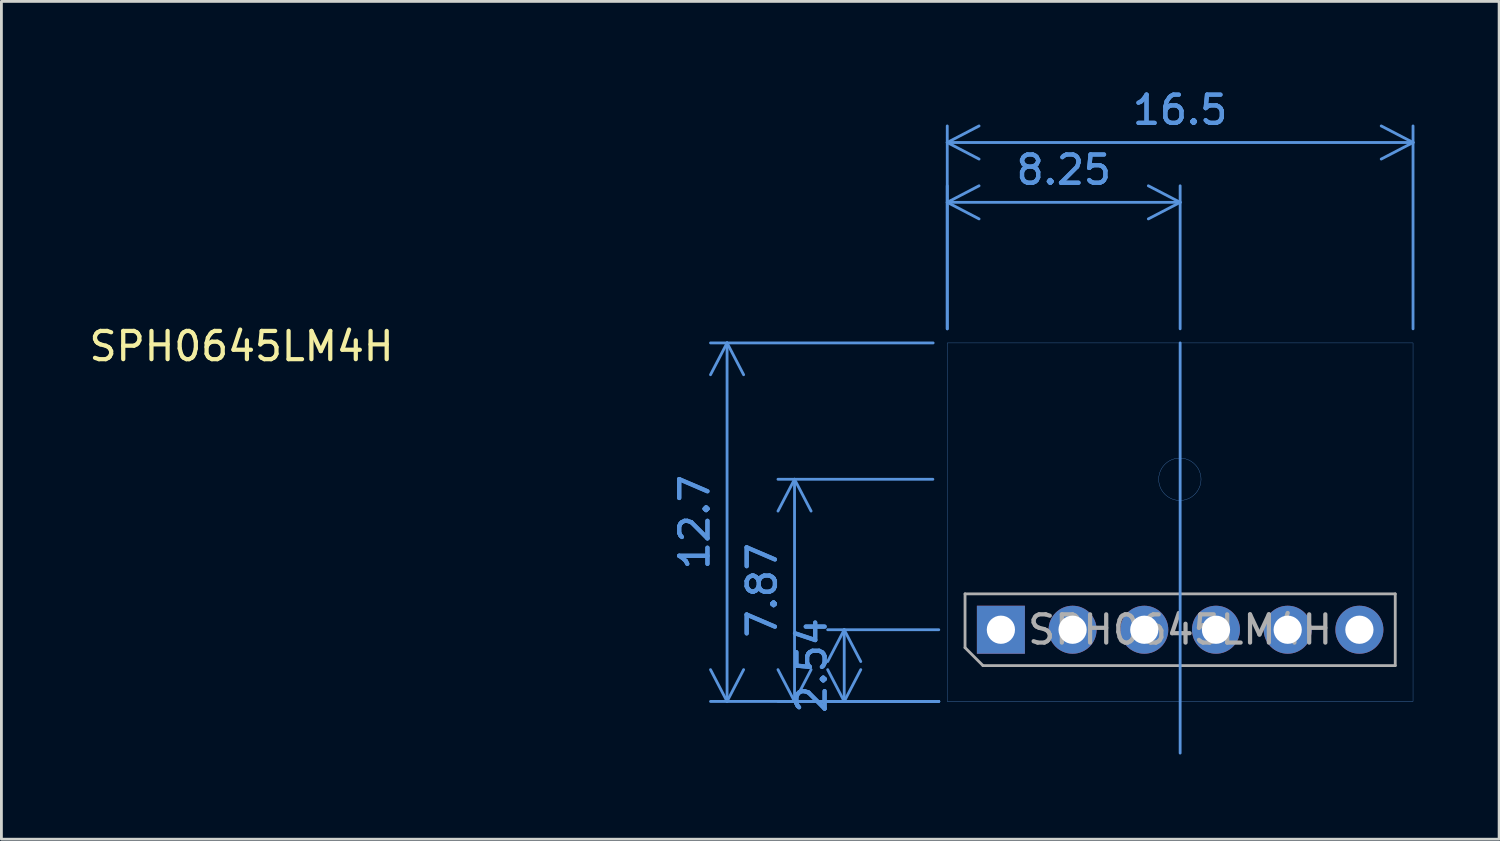
<source format=kicad_pcb>
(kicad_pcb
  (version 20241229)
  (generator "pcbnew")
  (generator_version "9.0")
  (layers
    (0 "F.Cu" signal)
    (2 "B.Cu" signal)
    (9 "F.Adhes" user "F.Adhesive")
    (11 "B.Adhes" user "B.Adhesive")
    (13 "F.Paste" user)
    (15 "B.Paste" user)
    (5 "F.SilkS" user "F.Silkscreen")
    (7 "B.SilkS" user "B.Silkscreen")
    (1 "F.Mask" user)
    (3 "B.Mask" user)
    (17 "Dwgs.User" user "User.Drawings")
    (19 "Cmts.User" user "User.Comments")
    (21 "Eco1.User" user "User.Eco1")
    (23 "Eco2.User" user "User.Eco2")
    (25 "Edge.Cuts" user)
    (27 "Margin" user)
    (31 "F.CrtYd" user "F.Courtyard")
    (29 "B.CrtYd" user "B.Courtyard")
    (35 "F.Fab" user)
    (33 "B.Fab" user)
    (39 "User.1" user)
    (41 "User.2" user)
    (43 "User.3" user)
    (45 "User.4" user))
  (footprint "SPH0645LM4H"
    (layer "F.Cu")
    (at 38.756 19.258)
    (property "Reference" "SPH0645LM4H" (at -33.25 -10.04 0) (layer "F.SilkS") (effects (font (size 1 1) (thickness 0.15))))
    (attr through_hole)
    (fp_line (start 0 -10.16) (end 0 4.37) (stroke (width 0.1) (type default)) (layer "Cmts.User"))
    (fp_rect (start -8.25 -10.16) (end 8.25 2.54) (stroke (width 0.01) (type solid)) (fill no) (layer "Cmts.User"))
    (fp_circle (center -0.01 -5.33) (end 0.74 -5.33) (stroke (width 0.01) (type solid)) (fill no) (layer "Cmts.User"))
    (fp_line (start -7.62 -1.27) (end 7.62 -1.27) (stroke (width 0.1) (type solid)) (layer "F.Fab"))
    (fp_line (start -7.62 0.635) (end -7.62 -1.27) (stroke (width 0.1) (type solid)) (layer "F.Fab"))
    (fp_line (start -6.985 1.27) (end -7.62 0.635) (stroke (width 0.1) (type solid)) (layer "F.Fab"))
    (fp_line (start 7.62 -1.27) (end 7.62 1.27) (stroke (width 0.1) (type solid)) (layer "F.Fab"))
    (fp_line (start 7.62 1.27) (end -6.985 1.27) (stroke (width 0.1) (type solid)) (layer "F.Fab"))
    (fp_text user "${REFERENCE}" (at 0 0 0) (layer "F.Fab") (effects (font (size 1 1) (thickness 0.15))))
    (dimension (type orthogonal) (layer "Cmts.User") (pts (xy 30.506 9.098) (xy 47.006 9.098)) (height -7.1) (orientation 0) (format (prefix "") (suffix "") (units 3) (units_format 0) (precision 4) (suppress_zeroes yes)) (style (thickness 0.1) (arrow_length 1.27) (text_position_mode 0) (arrow_direction outward) (extension_height 0.586) (extension_offset 0.5) (keep_text_aligned yes)) (gr_text "16.5" (at 38.756 0.848 0) (layer "Cmts.User") (effects (font (size 1 1) (thickness 0.15)))))
    (dimension (type orthogonal) (layer "Cmts.User") (pts (xy 30.506 9.098) (xy 30.706 21.798)) (height -7.8) (orientation 1) (format (prefix "") (suffix "") (units 3) (units_format 0) (precision 4) (suppress_zeroes yes)) (style (thickness 0.1) (arrow_length 1.27) (text_position_mode 0) (arrow_direction outward) (extension_height 0.586) (extension_offset 0.5) (keep_text_aligned yes)) (gr_text "12.7" (at 21.556 15.448 90) (layer "Cmts.User") (effects (font (size 1 1) (thickness 0.15)))))
    (dimension (type orthogonal) (layer "Cmts.User") (pts (xy 30.706 21.798) (xy 30.706 19.258)) (height -3.85) (orientation 1) (format (prefix "") (suffix "") (units 3) (units_format 0) (precision 4) (suppress_zeroes yes)) (style (thickness 0.1) (arrow_length 1.27) (text_position_mode 0) (arrow_direction outward) (extension_height 0.586) (extension_offset 0.5) (keep_text_aligned yes)) (gr_text "2.54" (at 25.706 20.528 90) (layer "Cmts.User") (effects (font (size 1 1) (thickness 0.15)))))
    (dimension (type orthogonal) (layer "Cmts.User") (pts (xy 30.506 9.098) (xy 38.756 9.098)) (height -4.98) (orientation 0) (format (prefix "") (suffix "") (units 3) (units_format 0) (precision 4) (suppress_zeroes yes)) (style (thickness 0.1) (arrow_length 1.27) (text_position_mode 0) (arrow_direction outward) (extension_height 0.586) (extension_offset 0.5) (keep_text_aligned yes)) (gr_text "8.25" (at 34.631 2.968 0) (layer "Cmts.User") (effects (font (size 1 1) (thickness 0.15)))))
    (dimension (type orthogonal) (layer "Cmts.User") (pts (xy 30.706 21.798) (xy 30.496 13.928)) (height -5.61) (orientation 1) (format (prefix "") (suffix "") (units 3) (units_format 0) (precision 4) (suppress_zeroes yes)) (style (thickness 0.1) (arrow_length 1.27) (text_position_mode 0) (arrow_direction outward) (extension_height 0.586) (extension_offset 0.5) (keep_text_aligned yes)) (gr_text "7.87" (at 23.946 17.863 90) (layer "Cmts.User") (effects (font (size 1 1) (thickness 0.15)))))
    (pad "1" thru_hole rect (at -6.35 0 90) (size 1.7 1.7) (drill 1) (layers "*.Cu" "*.Mask"))
    (pad "2" thru_hole circle (at -3.81 0 90) (size 1.7 1.7) (drill 1) (layers "*.Cu" "*.Mask"))
    (pad "3" thru_hole circle (at -1.27 0 90) (size 1.7 1.7) (drill 1) (layers "*.Cu" "*.Mask"))
    (pad "4" thru_hole circle (at 1.27 0 90) (size 1.7 1.7) (drill 1) (layers "*.Cu" "*.Mask"))
    (pad "5" thru_hole circle (at 3.81 0 90) (size 1.7 1.7) (drill 1) (layers "*.Cu" "*.Mask"))
    (pad "6" thru_hole circle (at 6.35 0 90) (size 1.7 1.7) (drill 1) (layers "*.Cu" "*.Mask")))
  (gr_rect
    (start -3 -3)
    (end 50.056 26.678)
    (stroke (width 0.1) (type default))
    (fill no)
    (layer "Edge.Cuts")))
</source>
